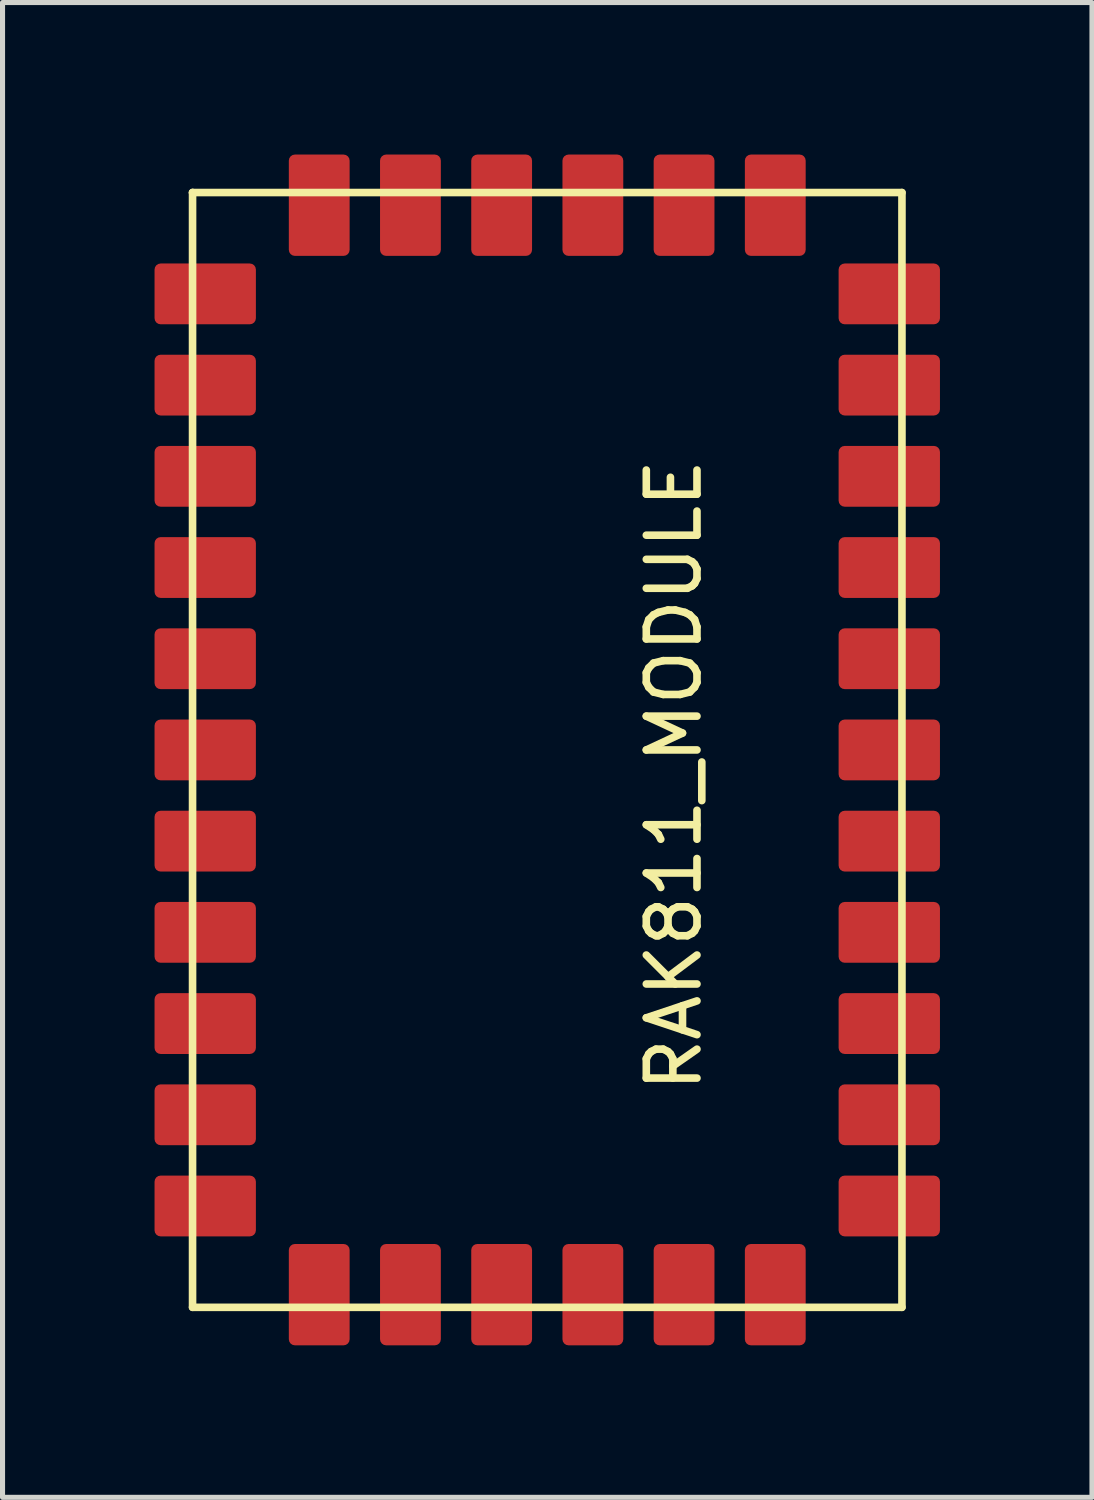
<source format=kicad_pcb>
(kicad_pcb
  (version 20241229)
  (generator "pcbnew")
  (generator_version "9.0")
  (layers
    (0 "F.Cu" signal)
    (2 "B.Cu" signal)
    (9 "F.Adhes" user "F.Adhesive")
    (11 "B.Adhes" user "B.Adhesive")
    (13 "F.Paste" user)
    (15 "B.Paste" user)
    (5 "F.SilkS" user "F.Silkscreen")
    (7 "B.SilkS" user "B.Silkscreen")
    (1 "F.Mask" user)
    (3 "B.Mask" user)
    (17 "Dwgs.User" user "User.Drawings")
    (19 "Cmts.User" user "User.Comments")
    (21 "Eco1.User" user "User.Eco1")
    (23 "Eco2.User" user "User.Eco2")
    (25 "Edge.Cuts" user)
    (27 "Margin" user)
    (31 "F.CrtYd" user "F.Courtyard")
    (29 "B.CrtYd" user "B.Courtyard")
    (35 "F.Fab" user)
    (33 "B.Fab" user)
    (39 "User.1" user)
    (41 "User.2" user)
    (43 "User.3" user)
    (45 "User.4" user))
  (footprint "RAK811_MODULE"
    (layer "F.Cu")
    (at 7.75 11.75)
    (property "Reference" "RAK811_MODULE" (at 2.5 0.5 90) (layer "F.SilkS") (effects (font (size 1 1) (thickness 0.15))))
    (attr through_hole)
    (fp_line (start -7 -11) (end -7 -11) (stroke (width 0.15) (type solid)) (layer "F.SilkS"))
    (fp_line (start -7 -11) (end 7 -11) (stroke (width 0.15) (type solid)) (layer "F.SilkS"))
    (fp_line (start -7 11) (end -7 -11) (stroke (width 0.15) (type solid)) (layer "F.SilkS"))
    (fp_line (start 7 -11) (end 7 11) (stroke (width 0.15) (type solid)) (layer "F.SilkS"))
    (fp_line (start 7 11) (end -7 11) (stroke (width 0.15) (type solid)) (layer "F.SilkS"))
    (pad "1" smd roundrect (at -6.75 -9 90) (size 1.2 2) (layers "F.Cu" "F.Mask" "F.Paste") (roundrect_rratio 0.1))
    (pad "2" smd roundrect (at -6.75 -7.2 90) (size 1.2 2) (layers "F.Cu" "F.Mask" "F.Paste") (roundrect_rratio 0.1))
    (pad "3" smd roundrect (at -6.75 -5.4 90) (size 1.2 2) (layers "F.Cu" "F.Mask" "F.Paste") (roundrect_rratio 0.1))
    (pad "4" smd roundrect (at -6.75 -3.6 90) (size 1.2 2) (layers "F.Cu" "F.Mask" "F.Paste") (roundrect_rratio 0.1))
    (pad "5" smd roundrect (at -6.75 -1.8 90) (size 1.2 2) (layers "F.Cu" "F.Mask" "F.Paste") (roundrect_rratio 0.1))
    (pad "6" smd roundrect (at -6.75 0 90) (size 1.2 2) (layers "F.Cu" "F.Mask" "F.Paste") (roundrect_rratio 0.1))
    (pad "7" smd roundrect (at -6.75 1.8 90) (size 1.2 2) (layers "F.Cu" "F.Mask" "F.Paste") (roundrect_rratio 0.1))
    (pad "8" smd roundrect (at -6.75 3.6 90) (size 1.2 2) (layers "F.Cu" "F.Mask" "F.Paste") (roundrect_rratio 0.1))
    (pad "9" smd roundrect (at -6.75 5.4 90) (size 1.2 2) (layers "F.Cu" "F.Mask" "F.Paste") (roundrect_rratio 0.1))
    (pad "10" smd roundrect (at -6.75 7.2 90) (size 1.2 2) (layers "F.Cu" "F.Mask" "F.Paste") (roundrect_rratio 0.1))
    (pad "11" smd roundrect (at -6.75 9 90) (size 1.2 2) (layers "F.Cu" "F.Mask" "F.Paste") (roundrect_rratio 0.1))
    (pad "12" smd roundrect (at -4.5 10.75) (size 1.2 2) (layers "F.Cu" "F.Mask" "F.Paste") (roundrect_rratio 0.1))
    (pad "13" smd roundrect (at -2.7 10.75) (size 1.2 2) (layers "F.Cu" "F.Mask" "F.Paste") (roundrect_rratio 0.1))
    (pad "14" smd roundrect (at -0.9 10.75) (size 1.2 2) (layers "F.Cu" "F.Mask" "F.Paste") (roundrect_rratio 0.1))
    (pad "15" smd roundrect (at 0.9 10.75) (size 1.2 2) (layers "F.Cu" "F.Mask" "F.Paste") (roundrect_rratio 0.1))
    (pad "16" smd roundrect (at 2.7 10.75) (size 1.2 2) (layers "F.Cu" "F.Mask" "F.Paste") (roundrect_rratio 0.1))
    (pad "17" smd roundrect (at 4.5 10.75) (size 1.2 2) (layers "F.Cu" "F.Mask" "F.Paste") (roundrect_rratio 0.1))
    (pad "18" smd roundrect (at 6.75 9 90) (size 1.2 2) (layers "F.Cu" "F.Mask" "F.Paste") (roundrect_rratio 0.1))
    (pad "19" smd roundrect (at 6.75 7.2 90) (size 1.2 2) (layers "F.Cu" "F.Mask" "F.Paste") (roundrect_rratio 0.1))
    (pad "20" smd roundrect (at 6.75 5.4 90) (size 1.2 2) (layers "F.Cu" "F.Mask" "F.Paste") (roundrect_rratio 0.1))
    (pad "21" smd roundrect (at 6.75 3.6 90) (size 1.2 2) (layers "F.Cu" "F.Mask" "F.Paste") (roundrect_rratio 0.1))
    (pad "22" smd roundrect (at 6.75 1.8 90) (size 1.2 2) (layers "F.Cu" "F.Mask" "F.Paste") (roundrect_rratio 0.1))
    (pad "23" smd roundrect (at 6.75 0 90) (size 1.2 2) (layers "F.Cu" "F.Mask" "F.Paste") (roundrect_rratio 0.1))
    (pad "24" smd roundrect (at 6.75 -1.8 90) (size 1.2 2) (layers "F.Cu" "F.Mask" "F.Paste") (roundrect_rratio 0.1))
    (pad "25" smd roundrect (at 6.75 -3.6 90) (size 1.2 2) (layers "F.Cu" "F.Mask" "F.Paste") (roundrect_rratio 0.1))
    (pad "26" smd roundrect (at 6.75 -5.4 90) (size 1.2 2) (layers "F.Cu" "F.Mask" "F.Paste") (roundrect_rratio 0.1))
    (pad "27" smd roundrect (at 6.75 -7.2 90) (size 1.2 2) (layers "F.Cu" "F.Mask" "F.Paste") (roundrect_rratio 0.1))
    (pad "28" smd roundrect (at 6.75 -9 90) (size 1.2 2) (layers "F.Cu" "F.Mask" "F.Paste") (roundrect_rratio 0.1))
    (pad "29" smd roundrect (at 4.5 -10.75) (size 1.2 2) (layers "F.Cu" "F.Mask" "F.Paste") (roundrect_rratio 0.1))
    (pad "30" smd roundrect (at 2.7 -10.75) (size 1.2 2) (layers "F.Cu" "F.Mask" "F.Paste") (roundrect_rratio 0.1))
    (pad "31" smd roundrect (at 0.9 -10.75) (size 1.2 2) (layers "F.Cu" "F.Mask" "F.Paste") (roundrect_rratio 0.1))
    (pad "32" smd roundrect (at -0.9 -10.75) (size 1.2 2) (layers "F.Cu" "F.Mask" "F.Paste") (roundrect_rratio 0.1))
    (pad "33" smd roundrect (at -2.7 -10.75) (size 1.2 2) (layers "F.Cu" "F.Mask" "F.Paste") (roundrect_rratio 0.1))
    (pad "34" smd roundrect (at -4.5 -10.75) (size 1.2 2) (layers "F.Cu" "F.Mask" "F.Paste") (roundrect_rratio 0.1)))
  (gr_rect
    (start -3 -3)
    (end 18.5 26.5)
    (stroke (width 0.1) (type default))
    (fill no)
    (layer "Edge.Cuts")))
</source>
